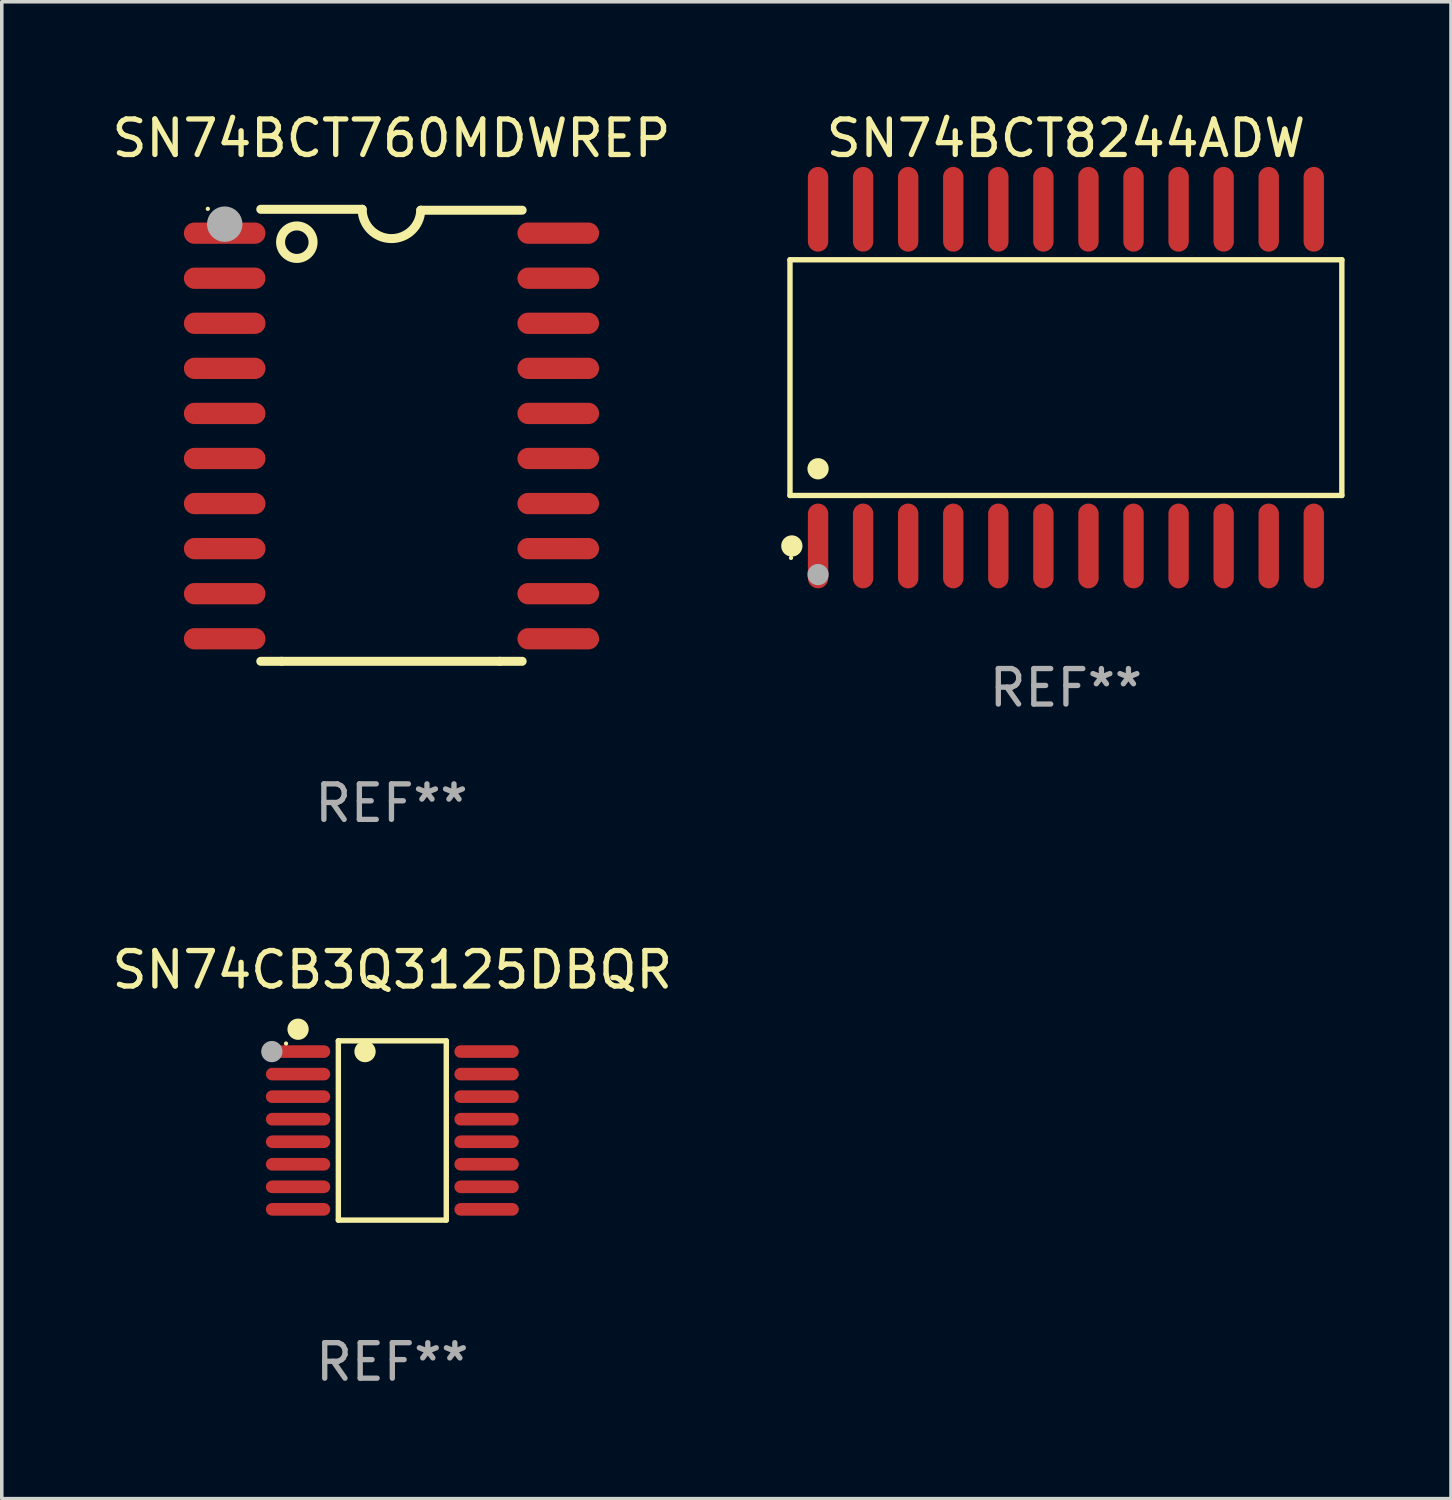
<source format=kicad_pcb>
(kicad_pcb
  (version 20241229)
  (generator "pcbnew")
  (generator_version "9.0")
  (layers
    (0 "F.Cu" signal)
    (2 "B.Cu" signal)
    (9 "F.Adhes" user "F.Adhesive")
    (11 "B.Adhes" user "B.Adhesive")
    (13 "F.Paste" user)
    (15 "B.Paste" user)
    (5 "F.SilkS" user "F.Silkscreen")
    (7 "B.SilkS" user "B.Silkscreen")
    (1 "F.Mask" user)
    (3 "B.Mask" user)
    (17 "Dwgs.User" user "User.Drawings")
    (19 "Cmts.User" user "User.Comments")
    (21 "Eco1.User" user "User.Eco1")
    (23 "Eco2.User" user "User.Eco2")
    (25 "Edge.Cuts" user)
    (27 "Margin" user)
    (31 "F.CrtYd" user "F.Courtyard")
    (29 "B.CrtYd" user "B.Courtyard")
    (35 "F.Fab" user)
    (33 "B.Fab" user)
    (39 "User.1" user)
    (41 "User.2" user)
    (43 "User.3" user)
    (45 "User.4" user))
  (footprint "SN74BCT760MDWREP"
    (layer "F.Cu")
    (at 7.982 9.217)
    (property "Reference" "SN74BCT760MDWREP" (at 0 -8.369 0) (layer "F.SilkS") (effects (font (size 1 1) (thickness 0.15))))
    (attr through_hole)
    (fp_line (start -3.096 6.369) (end -3.683 6.369) (stroke (width 0.254) (type solid)) (layer "F.SilkS"))
    (fp_line (start -0.825 -6.369) (end -3.683 -6.369) (stroke (width 0.254) (type solid)) (layer "F.SilkS"))
    (fp_line (start 0.826 -6.343) (end 3.683 -6.343) (stroke (width 0.254) (type solid)) (layer "F.SilkS"))
    (fp_line (start 3.048 6.369) (end -3.096 6.369) (stroke (width 0.254) (type solid)) (layer "F.SilkS"))
    (fp_line (start 3.048 6.369) (end 3.683 6.369) (stroke (width 0.254) (type solid)) (layer "F.SilkS"))
    (fp_arc (start 0.825527 -6.343129) (mid -0.012478 -5.543126) (end -0.825476 -6.36853) (stroke (width 0.254001) (type solid)) (layer "F.SilkS"))
    (fp_circle (center -5.175 -6.382) (end -5.145 -6.382) (stroke (width 0.06) (type solid)) (fill no) (layer "F.SilkS"))
    (fp_circle (center -2.667 -5.442) (end -2.209 -5.442) (stroke (width 0.254) (type solid)) (fill no) (layer "F.SilkS"))
    (fp_circle (center -4.699 -5.95) (end -4.449 -5.95) (stroke (width 0.5) (type solid)) (fill no) (layer "F.Fab"))
    (fp_text user "REF**" (at 0 10.369 0) (layer "F.Fab") (effects (font (size 1 1) (thickness 0.15))))
    (pad "1" smd oval (at -4.7 -5.696 90) (size 0.6 2.3) (layers "F.Cu" "F.Mask" "F.Paste"))
    (pad "2" smd oval (at -4.7 -4.426 90) (size 0.6 2.3) (layers "F.Cu" "F.Mask" "F.Paste"))
    (pad "3" smd oval (at -4.7 -3.156 90) (size 0.6 2.3) (layers "F.Cu" "F.Mask" "F.Paste"))
    (pad "4" smd oval (at -4.7 -1.886 90) (size 0.6 2.3) (layers "F.Cu" "F.Mask" "F.Paste"))
    (pad "5" smd oval (at -4.7 -0.616 90) (size 0.6 2.3) (layers "F.Cu" "F.Mask" "F.Paste"))
    (pad "6" smd oval (at -4.7 0.654 90) (size 0.6 2.3) (layers "F.Cu" "F.Mask" "F.Paste"))
    (pad "7" smd oval (at -4.7 1.924 90) (size 0.6 2.3) (layers "F.Cu" "F.Mask" "F.Paste"))
    (pad "8" smd oval (at -4.7 3.194 90) (size 0.6 2.3) (layers "F.Cu" "F.Mask" "F.Paste"))
    (pad "9" smd oval (at -4.7 4.464 90) (size 0.6 2.3) (layers "F.Cu" "F.Mask" "F.Paste"))
    (pad "10" smd oval (at -4.7 5.734 90) (size 0.6 2.3) (layers "F.Cu" "F.Mask" "F.Paste"))
    (pad "11" smd oval (at 4.7 5.734 90) (size 0.6 2.3) (layers "F.Cu" "F.Mask" "F.Paste"))
    (pad "12" smd oval (at 4.7 4.464 90) (size 0.6 2.3) (layers "F.Cu" "F.Mask" "F.Paste"))
    (pad "13" smd oval (at 4.7 3.194 90) (size 0.6 2.3) (layers "F.Cu" "F.Mask" "F.Paste"))
    (pad "14" smd oval (at 4.7 1.924 90) (size 0.6 2.3) (layers "F.Cu" "F.Mask" "F.Paste"))
    (pad "15" smd oval (at 4.7 0.654 90) (size 0.6 2.3) (layers "F.Cu" "F.Mask" "F.Paste"))
    (pad "16" smd oval (at 4.7 -0.616 90) (size 0.6 2.3) (layers "F.Cu" "F.Mask" "F.Paste"))
    (pad "17" smd oval (at 4.7 -1.886 90) (size 0.6 2.3) (layers "F.Cu" "F.Mask" "F.Paste"))
    (pad "18" smd oval (at 4.7 -3.156 90) (size 0.6 2.3) (layers "F.Cu" "F.Mask" "F.Paste"))
    (pad "19" smd oval (at 4.7 -4.426 90) (size 0.6 2.3) (layers "F.Cu" "F.Mask" "F.Paste"))
    (pad "20" smd oval (at 4.7 -5.696 90) (size 0.6 2.3) (layers "F.Cu" "F.Mask" "F.Paste")))
  (footprint "SN74BCT8244ADW"
    (layer "F.Cu")
    (at 26.989 7.592)
    (property "Reference" "SN74BCT8244ADW" (at 0 -6.744 0) (layer "F.SilkS") (effects (font (size 1 1) (thickness 0.15))))
    (attr through_hole)
    (fp_line (start -7.776 -3.321) (end 7.776 -3.321) (stroke (width 0.152) (type solid)) (layer "F.SilkS"))
    (fp_line (start -7.776 3.321) (end -7.776 -3.321) (stroke (width 0.152) (type solid)) (layer "F.SilkS"))
    (fp_line (start 7.776 -3.321) (end 7.776 3.321) (stroke (width 0.152) (type solid)) (layer "F.SilkS"))
    (fp_line (start 7.776 3.321) (end -7.776 3.321) (stroke (width 0.152) (type solid)) (layer "F.SilkS"))
    (fp_circle (center -7.747 5.08) (end -7.717 5.08) (stroke (width 0.06) (type solid)) (fill no) (layer "F.SilkS"))
    (fp_circle (center -7.724 4.744) (end -7.574 4.744) (stroke (width 0.3) (type solid)) (fill no) (layer "F.SilkS"))
    (fp_circle (center -6.985 2.569) (end -6.835 2.569) (stroke (width 0.3) (type solid)) (fill no) (layer "F.SilkS"))
    (fp_circle (center -6.985 5.55) (end -6.835 5.55) (stroke (width 0.3) (type solid)) (fill no) (layer "F.Fab"))
    (fp_text user "REF**" (at 0 8.744 0) (layer "F.Fab") (effects (font (size 1 1) (thickness 0.15))))
    (pad "1" smd oval (at -6.985 4.744) (size 0.574 2.388) (layers "F.Cu" "F.Mask" "F.Paste"))
    (pad "2" smd oval (at -5.715 4.744) (size 0.574 2.388) (layers "F.Cu" "F.Mask" "F.Paste"))
    (pad "3" smd oval (at -4.445 4.744) (size 0.574 2.388) (layers "F.Cu" "F.Mask" "F.Paste"))
    (pad "4" smd oval (at -3.175 4.744) (size 0.574 2.388) (layers "F.Cu" "F.Mask" "F.Paste"))
    (pad "5" smd oval (at -1.905 4.744) (size 0.574 2.388) (layers "F.Cu" "F.Mask" "F.Paste"))
    (pad "6" smd oval (at -0.635 4.744) (size 0.574 2.388) (layers "F.Cu" "F.Mask" "F.Paste"))
    (pad "7" smd oval (at 0.635 4.744) (size 0.574 2.388) (layers "F.Cu" "F.Mask" "F.Paste"))
    (pad "8" smd oval (at 1.905 4.744) (size 0.574 2.388) (layers "F.Cu" "F.Mask" "F.Paste"))
    (pad "9" smd oval (at 3.175 4.744) (size 0.574 2.388) (layers "F.Cu" "F.Mask" "F.Paste"))
    (pad "10" smd oval (at 4.445 4.744) (size 0.574 2.388) (layers "F.Cu" "F.Mask" "F.Paste"))
    (pad "11" smd oval (at 5.715 4.744) (size 0.574 2.388) (layers "F.Cu" "F.Mask" "F.Paste"))
    (pad "12" smd oval (at 6.985 4.744) (size 0.574 2.388) (layers "F.Cu" "F.Mask" "F.Paste"))
    (pad "13" smd oval (at 6.985 -4.744) (size 0.574 2.388) (layers "F.Cu" "F.Mask" "F.Paste"))
    (pad "14" smd oval (at 5.715 -4.744) (size 0.574 2.388) (layers "F.Cu" "F.Mask" "F.Paste"))
    (pad "15" smd oval (at 4.445 -4.744) (size 0.574 2.388) (layers "F.Cu" "F.Mask" "F.Paste"))
    (pad "16" smd oval (at 3.175 -4.744) (size 0.574 2.388) (layers "F.Cu" "F.Mask" "F.Paste"))
    (pad "17" smd oval (at 1.905 -4.744) (size 0.574 2.388) (layers "F.Cu" "F.Mask" "F.Paste"))
    (pad "18" smd oval (at 0.635 -4.744) (size 0.574 2.388) (layers "F.Cu" "F.Mask" "F.Paste"))
    (pad "19" smd oval (at -0.635 -4.744) (size 0.574 2.388) (layers "F.Cu" "F.Mask" "F.Paste"))
    (pad "20" smd oval (at -1.905 -4.744) (size 0.574 2.388) (layers "F.Cu" "F.Mask" "F.Paste"))
    (pad "21" smd oval (at -3.175 -4.744) (size 0.574 2.388) (layers "F.Cu" "F.Mask" "F.Paste"))
    (pad "22" smd oval (at -4.445 -4.744) (size 0.574 2.388) (layers "F.Cu" "F.Mask" "F.Paste"))
    (pad "23" smd oval (at -5.715 -4.744) (size 0.574 2.388) (layers "F.Cu" "F.Mask" "F.Paste"))
    (pad "24" smd oval (at -6.985 -4.744) (size 0.574 2.388) (layers "F.Cu" "F.Mask" "F.Paste")))
  (footprint "SN74CB3Q3125DBQR"
    (layer "F.Cu")
    (at 8.006 28.808)
    (property "Reference" "SN74CB3Q3125DBQR" (at 0 -4.526 0) (layer "F.SilkS") (effects (font (size 1 1) (thickness 0.15))))
    (attr through_hole)
    (fp_line (start -1.521 -2.526) (end 1.521 -2.526) (stroke (width 0.152) (type solid)) (layer "F.SilkS"))
    (fp_line (start -1.521 2.526) (end -1.521 -2.526) (stroke (width 0.152) (type solid)) (layer "F.SilkS"))
    (fp_line (start 1.521 -2.526) (end 1.521 2.526) (stroke (width 0.152) (type solid)) (layer "F.SilkS"))
    (fp_line (start 1.521 2.526) (end -1.521 2.526) (stroke (width 0.152) (type solid)) (layer "F.SilkS"))
    (fp_circle (center -2.995 -2.45) (end -2.965 -2.45) (stroke (width 0.06) (type solid)) (fill no) (layer "F.SilkS"))
    (fp_circle (center -2.656 -2.853) (end -2.506 -2.853) (stroke (width 0.3) (type solid)) (fill no) (layer "F.SilkS"))
    (fp_circle (center -0.769 -2.223) (end -0.619 -2.223) (stroke (width 0.3) (type solid)) (fill no) (layer "F.SilkS"))
    (fp_circle (center -3.395 -2.223) (end -3.245 -2.223) (stroke (width 0.3) (type solid)) (fill no) (layer "F.Fab"))
    (fp_text user "REF**" (at 0 6.526 0) (layer "F.Fab") (effects (font (size 1 1) (thickness 0.15))))
    (pad "1" smd oval (at -2.656 -2.223 270) (size 0.356 1.813) (layers "F.Cu" "F.Mask" "F.Paste"))
    (pad "2" smd oval (at -2.656 -1.588 270) (size 0.356 1.813) (layers "F.Cu" "F.Mask" "F.Paste"))
    (pad "3" smd oval (at -2.656 -0.953 270) (size 0.356 1.813) (layers "F.Cu" "F.Mask" "F.Paste"))
    (pad "4" smd oval (at -2.656 -0.318 270) (size 0.356 1.813) (layers "F.Cu" "F.Mask" "F.Paste"))
    (pad "5" smd oval (at -2.656 0.318 270) (size 0.356 1.813) (layers "F.Cu" "F.Mask" "F.Paste"))
    (pad "6" smd oval (at -2.656 0.953 270) (size 0.356 1.813) (layers "F.Cu" "F.Mask" "F.Paste"))
    (pad "7" smd oval (at -2.656 1.588 270) (size 0.356 1.813) (layers "F.Cu" "F.Mask" "F.Paste"))
    (pad "8" smd oval (at -2.656 2.223 270) (size 0.356 1.813) (layers "F.Cu" "F.Mask" "F.Paste"))
    (pad "9" smd oval (at 2.656 2.223 270) (size 0.356 1.813) (layers "F.Cu" "F.Mask" "F.Paste"))
    (pad "10" smd oval (at 2.656 1.588 270) (size 0.356 1.813) (layers "F.Cu" "F.Mask" "F.Paste"))
    (pad "11" smd oval (at 2.656 0.953 270) (size 0.356 1.813) (layers "F.Cu" "F.Mask" "F.Paste"))
    (pad "12" smd oval (at 2.656 0.318 270) (size 0.356 1.813) (layers "F.Cu" "F.Mask" "F.Paste"))
    (pad "13" smd oval (at 2.656 -0.318 270) (size 0.356 1.813) (layers "F.Cu" "F.Mask" "F.Paste"))
    (pad "14" smd oval (at 2.656 -0.953 270) (size 0.356 1.813) (layers "F.Cu" "F.Mask" "F.Paste"))
    (pad "15" smd oval (at 2.656 -1.588 270) (size 0.356 1.813) (layers "F.Cu" "F.Mask" "F.Paste"))
    (pad "16" smd oval (at 2.656 -2.223 270) (size 0.356 1.813) (layers "F.Cu" "F.Mask" "F.Paste")))
  (gr_rect
    (start -3 -3)
    (end 37.841 39.183)
    (stroke (width 0.1) (type default))
    (fill no)
    (layer "Edge.Cuts")))
</source>
